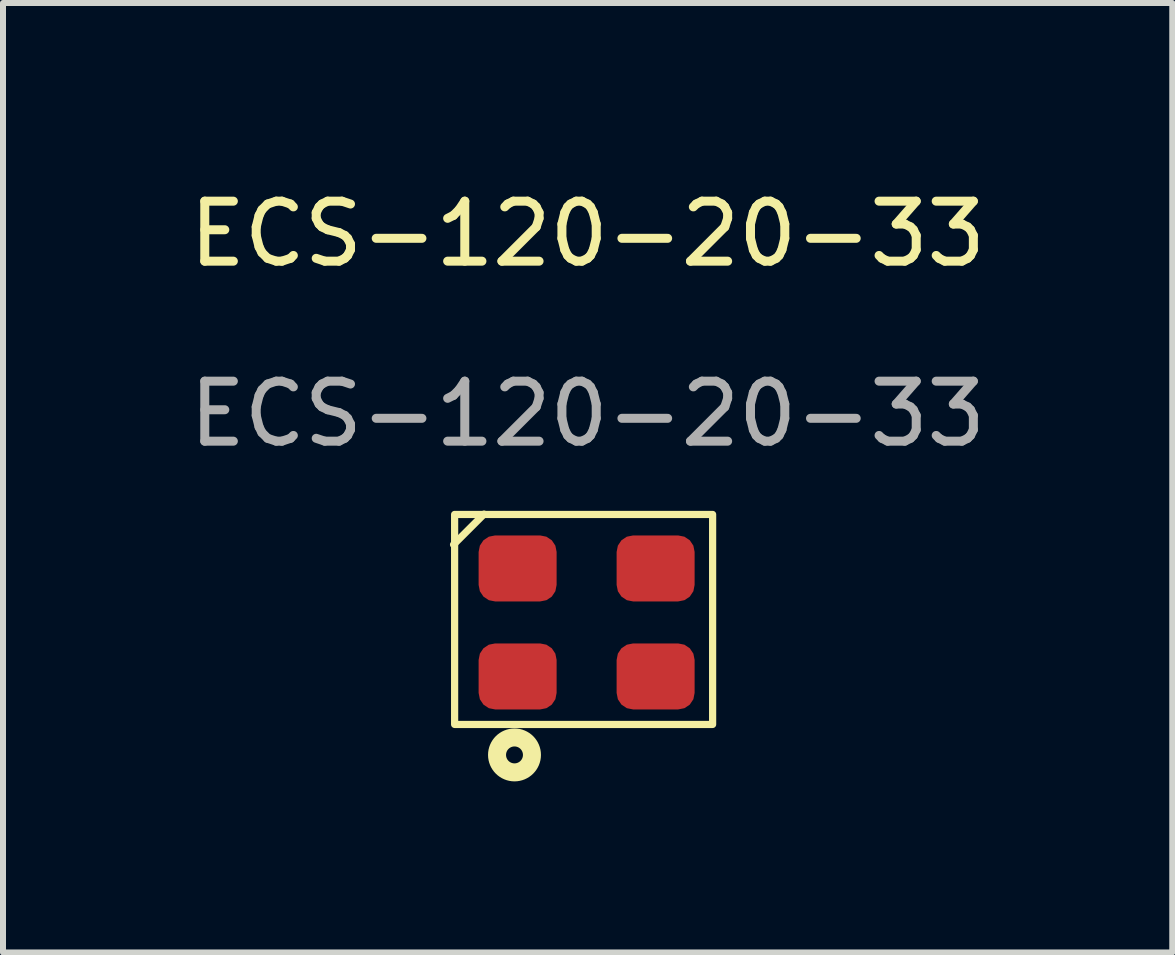
<source format=kicad_pcb>
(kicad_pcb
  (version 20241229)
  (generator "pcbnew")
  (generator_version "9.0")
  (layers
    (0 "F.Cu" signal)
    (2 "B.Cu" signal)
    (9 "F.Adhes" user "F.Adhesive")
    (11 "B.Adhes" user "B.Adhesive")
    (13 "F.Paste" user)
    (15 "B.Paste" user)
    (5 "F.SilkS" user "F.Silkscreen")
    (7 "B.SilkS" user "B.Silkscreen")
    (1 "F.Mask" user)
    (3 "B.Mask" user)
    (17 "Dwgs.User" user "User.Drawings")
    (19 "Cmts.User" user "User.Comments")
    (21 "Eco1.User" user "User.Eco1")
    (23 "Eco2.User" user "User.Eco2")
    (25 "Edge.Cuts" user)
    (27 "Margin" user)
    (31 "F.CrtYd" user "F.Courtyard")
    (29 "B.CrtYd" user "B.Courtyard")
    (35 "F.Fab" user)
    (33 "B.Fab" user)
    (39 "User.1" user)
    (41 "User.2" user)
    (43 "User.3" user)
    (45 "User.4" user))
  (footprint "ECS-120-20-33"
    (layer "F.Cu")
    (at 6.744 7.348)
    (property "Reference" "ECS-120-20-33" (at 0 -6.5 0) (unlocked yes) (layer "F.SilkS") (effects (font (size 1 1) (thickness 0.15))))
    (attr smd)
    (fp_line (start -1.727 -1.829) (end -2.235 -1.321) (stroke (width 0.12) (type default)) (layer "F.SilkS"))
    (fp_rect (start -2.217 -1.824) (end 2.083 1.676) (stroke (width 0.12) (type solid)) (fill no) (layer "F.SilkS"))
    (fp_circle (center -1.219 2.184) (end -1.078 2.184) (stroke (width 0.3) (type solid)) (fill no) (layer "F.SilkS"))
    (fp_text user "${REFERENCE}" (at 0 -3.5 0) (unlocked yes) (layer "F.Fab") (effects (font (size 1 1) (thickness 0.15))))
    (pad "1" smd roundrect (at -1.167 0.876) (size 1.3 1.1) (layers "F.Cu" "F.Mask" "F.Paste") (roundrect_rratio 0.25))
    (pad "2" smd roundrect (at 1.133 0.876) (size 1.3 1.1) (layers "F.Cu" "F.Mask" "F.Paste") (roundrect_rratio 0.25))
    (pad "3" smd roundrect (at 1.133 -0.924) (size 1.3 1.1) (layers "F.Cu" "F.Mask" "F.Paste") (roundrect_rratio 0.25))
    (pad "4" smd roundrect (at -1.167 -0.924) (size 1.3 1.1) (layers "F.Cu" "F.Mask" "F.Paste") (roundrect_rratio 0.25)))
  (gr_rect
    (start -3 -3)
    (end 16.488 12.824)
    (stroke (width 0.1) (type default))
    (fill no)
    (layer "Edge.Cuts")))
</source>
